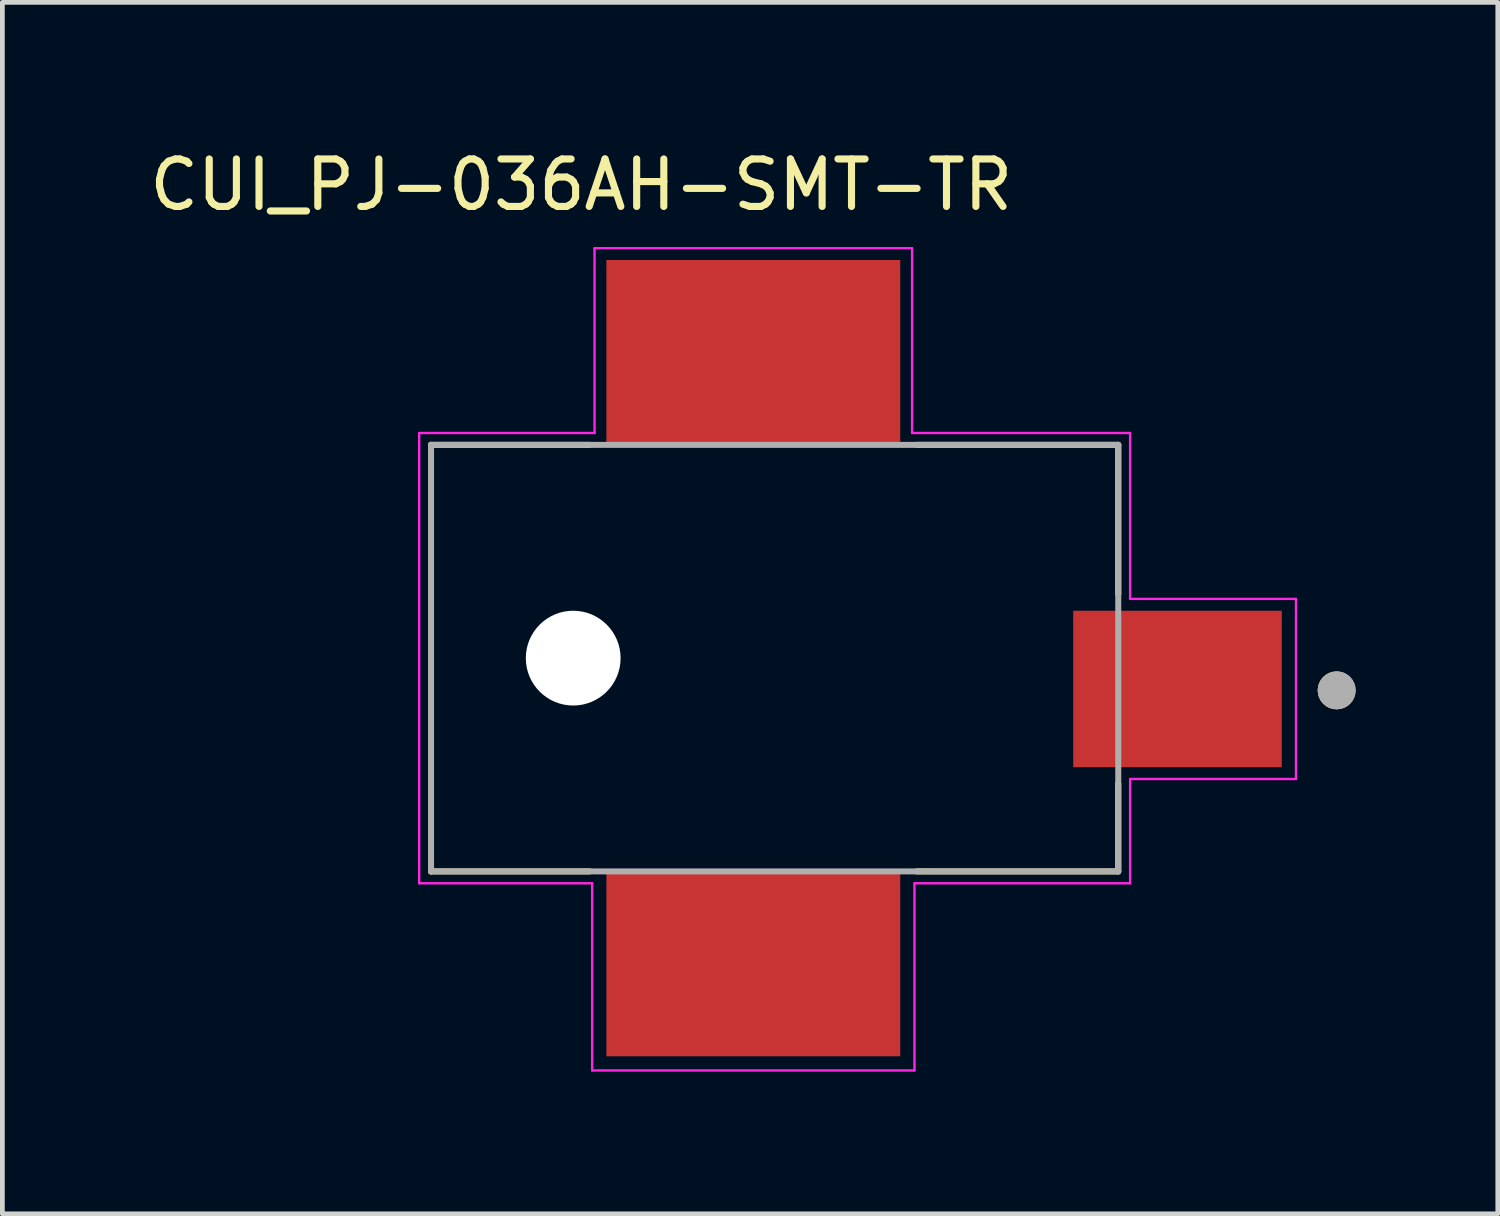
<source format=kicad_pcb>
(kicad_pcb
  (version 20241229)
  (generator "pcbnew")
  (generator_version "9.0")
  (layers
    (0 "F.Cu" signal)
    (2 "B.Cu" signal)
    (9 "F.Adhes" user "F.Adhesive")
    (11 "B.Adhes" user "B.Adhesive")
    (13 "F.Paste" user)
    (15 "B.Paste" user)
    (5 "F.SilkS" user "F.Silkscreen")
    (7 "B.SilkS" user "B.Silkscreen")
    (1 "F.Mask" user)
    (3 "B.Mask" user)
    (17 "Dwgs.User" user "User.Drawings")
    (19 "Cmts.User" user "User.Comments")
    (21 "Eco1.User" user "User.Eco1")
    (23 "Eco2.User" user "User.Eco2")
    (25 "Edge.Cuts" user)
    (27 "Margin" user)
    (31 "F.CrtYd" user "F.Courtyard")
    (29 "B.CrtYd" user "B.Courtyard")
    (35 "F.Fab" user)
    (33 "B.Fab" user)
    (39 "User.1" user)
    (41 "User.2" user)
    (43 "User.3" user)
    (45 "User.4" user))
  (footprint "CUI_PJ-036AH-SMT-TR"
    (layer "F.Cu")
    (at 21.794 11.486)
    (property "Reference" "CUI_PJ-036AH-SMT-TR" (at -12.58 -10.636 0) (layer "F.SilkS") (effects (font (size 1.002 1.002) (thickness 0.15))))
    (attr through_hole)
    (fp_line (start -15.75 -5.15) (end -15.75 3.85) (stroke (width 0.127) (type solid)) (layer "F.SilkS"))
    (fp_line (start -15.75 3.85) (end -12.4 3.85) (stroke (width 0.127) (type solid)) (layer "F.SilkS"))
    (fp_line (start -12.4 -5.15) (end -15.75 -5.15) (stroke (width 0.127) (type solid)) (layer "F.SilkS"))
    (fp_line (start -5.5 3.85) (end -1.25 3.85) (stroke (width 0.127) (type solid)) (layer "F.SilkS"))
    (fp_line (start -1.25 -5.15) (end -5.5 -5.15) (stroke (width 0.127) (type solid)) (layer "F.SilkS"))
    (fp_line (start -1.25 -2) (end -1.25 -5.15) (stroke (width 0.127) (type solid)) (layer "F.SilkS"))
    (fp_line (start -1.25 3.85) (end -1.25 2) (stroke (width 0.127) (type solid)) (layer "F.SilkS"))
    (fp_circle (center 3.358 0.03) (end 3.558 0.03) (stroke (width 0.4) (type solid)) (fill no) (layer "F.SilkS"))
    (fp_line (start -16 -5.4) (end -16 4.1) (stroke (width 0.05) (type solid)) (layer "F.CrtYd"))
    (fp_line (start -16 4.1) (end -12.35 4.1) (stroke (width 0.05) (type solid)) (layer "F.CrtYd"))
    (fp_line (start -12.35 4.1) (end -12.35 8.05) (stroke (width 0.05) (type solid)) (layer "F.CrtYd"))
    (fp_line (start -12.35 8.05) (end -5.55 8.05) (stroke (width 0.05) (type solid)) (layer "F.CrtYd"))
    (fp_line (start -12.3 -9.3) (end -5.6 -9.3) (stroke (width 0.05) (type solid)) (layer "F.CrtYd"))
    (fp_line (start -12.3 -5.4) (end -16 -5.4) (stroke (width 0.05) (type solid)) (layer "F.CrtYd"))
    (fp_line (start -12.3 -5.4) (end -12.3 -9.3) (stroke (width 0.05) (type solid)) (layer "F.CrtYd"))
    (fp_line (start -5.6 -9.3) (end -5.6 -5.4) (stroke (width 0.05) (type solid)) (layer "F.CrtYd"))
    (fp_line (start -5.55 4.1) (end -1 4.1) (stroke (width 0.05) (type solid)) (layer "F.CrtYd"))
    (fp_line (start -5.55 8.05) (end -5.55 4.1) (stroke (width 0.05) (type solid)) (layer "F.CrtYd"))
    (fp_line (start -1 -5.4) (end -5.6 -5.4) (stroke (width 0.05) (type solid)) (layer "F.CrtYd"))
    (fp_line (start -1 -1.9) (end -1 -5.4) (stroke (width 0.05) (type solid)) (layer "F.CrtYd"))
    (fp_line (start -1 -1.9) (end 2.5 -1.9) (stroke (width 0.05) (type solid)) (layer "F.CrtYd"))
    (fp_line (start -1 4.1) (end -1 1.9) (stroke (width 0.05) (type solid)) (layer "F.CrtYd"))
    (fp_line (start 2.5 -1.9) (end 2.5 1.9) (stroke (width 0.05) (type solid)) (layer "F.CrtYd"))
    (fp_line (start 2.5 1.9) (end -1 1.9) (stroke (width 0.05) (type solid)) (layer "F.CrtYd"))
    (fp_line (start -15.75 -5.15) (end -15.75 3.85) (stroke (width 0.127) (type solid)) (layer "F.Fab"))
    (fp_line (start -15.75 3.85) (end -1.25 3.85) (stroke (width 0.127) (type solid)) (layer "F.Fab"))
    (fp_line (start -1.25 -5.15) (end -15.75 -5.15) (stroke (width 0.127) (type solid)) (layer "F.Fab"))
    (fp_line (start -1.25 3.85) (end -1.25 -5.15) (stroke (width 0.127) (type solid)) (layer "F.Fab"))
    (fp_circle (center 3.358 0.03) (end 3.558 0.03) (stroke (width 0.4) (type solid)) (fill no) (layer "F.Fab"))
    (pad "" np_thru_hole circle (at -12.75 -0.65) (size 2 2) (drill 2) (layers "*.Cu" "*.Mask"))
    (pad "1" smd rect (at 0 0 90) (size 3.3 4.4) (layers "F.Cu" "F.Mask" "F.Paste"))
    (pad "2" smd rect (at -8.95 -7.1 180) (size 6.2 3.9) (layers "F.Cu" "F.Mask" "F.Paste"))
    (pad "3" smd rect (at -8.95 5.8) (size 6.2 3.9) (layers "F.Cu" "F.Mask" "F.Paste")))
  (gr_rect
    (start -3 -3)
    (end 28.552 22.561)
    (stroke (width 0.1) (type default))
    (fill no)
    (layer "Edge.Cuts")))
</source>
